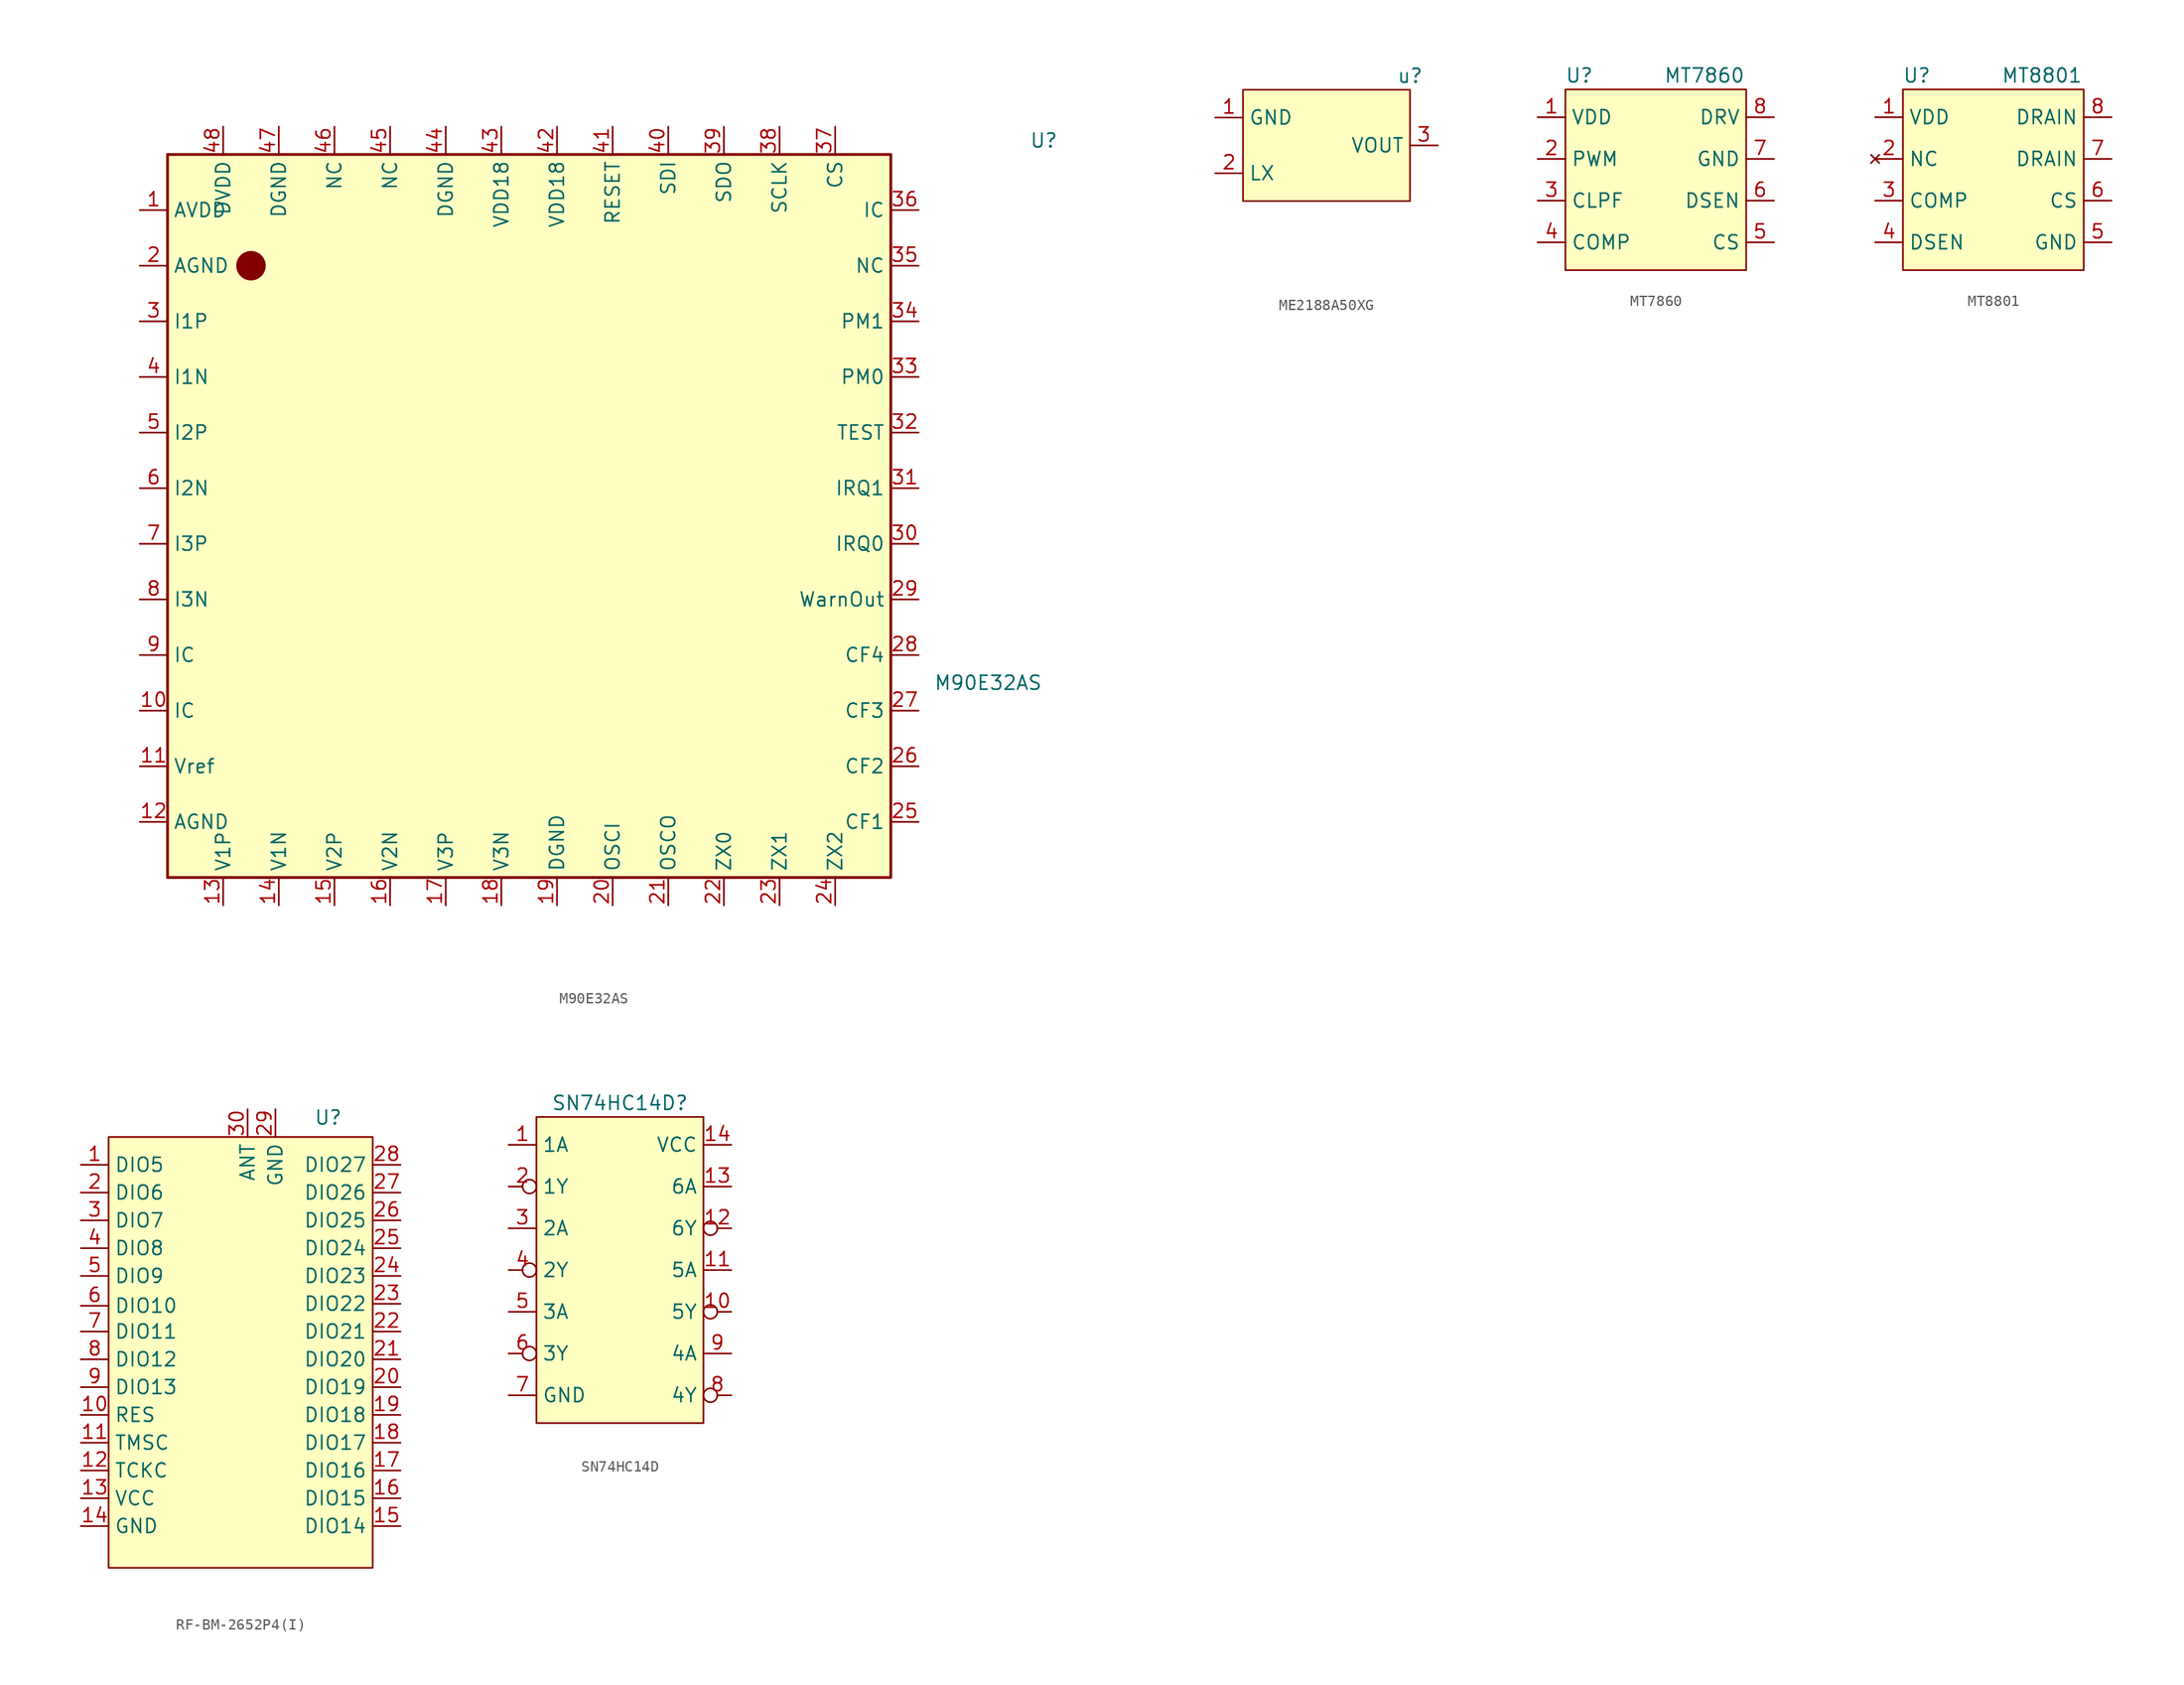
<source format=kicad_sym>
(kicad_symbol_lib
  (version 20231120)
  (generator "kicad_symbol_editor")
  (generator_version "8.0")
  (symbol "M90E32AS"
    (property "Reference" "U"
      (at 45.72 30.48 0)
      (effects (font (size 1.27 1.27))))
    (property "Value" "M90E32AS"
      (at 40.64 -19.05 0)
      (effects (font (size 1.27 1.27))))
    (symbol "M90E32AS_0_1"
      (rectangle (start -34.29 29.21) (end 31.75 -36.83) (stroke (width 0.254) (type default)) (fill (type background)))
      (circle (center -26.67 19.05) (radius 0.0001) (stroke (width 0) (type default)) (fill (type none))))
    (symbol "M90E32AS_1_1"
      (circle (center -26.67 19.05) (radius 1.27) (stroke (width 0) (type default)) (fill (type outline)))
      (pin power_in line (at -36.83 24.13 0) (length 2.54) (name "AVDD" (effects (font (size 1.27 1.27)))) (number "1" (effects (font (size 1.27 1.27)))))
      (pin input line (at -36.83 -21.59 0) (length 2.54) (name "IC" (effects (font (size 1.27 1.27)))) (number "10" (effects (font (size 1.27 1.27)))))
      (pin power_in line (at -36.83 -26.67 0) (length 2.54) (name "Vref" (effects (font (size 1.27 1.27)))) (number "11" (effects (font (size 1.27 1.27)))))
      (pin power_in line (at -36.83 -31.75 0) (length 2.54) (name "AGND" (effects (font (size 1.27 1.27)))) (number "12" (effects (font (size 1.27 1.27)))))
      (pin input line (at -29.21 -39.37 90) (length 2.54) (name "V1P" (effects (font (size 1.27 1.27)))) (number "13" (effects (font (size 1.27 1.27)))))
      (pin input line (at -24.13 -39.37 90) (length 2.54) (name "V1N" (effects (font (size 1.27 1.27)))) (number "14" (effects (font (size 1.27 1.27)))))
      (pin input line (at -19.05 -39.37 90) (length 2.54) (name "V2P" (effects (font (size 1.27 1.27)))) (number "15" (effects (font (size 1.27 1.27)))))
      (pin input line (at -13.97 -39.37 90) (length 2.54) (name "V2N" (effects (font (size 1.27 1.27)))) (number "16" (effects (font (size 1.27 1.27)))))
      (pin input line (at -8.89 -39.37 90) (length 2.54) (name "V3P" (effects (font (size 1.27 1.27)))) (number "17" (effects (font (size 1.27 1.27)))))
      (pin input line (at -3.81 -39.37 90) (length 2.54) (name "V3N" (effects (font (size 1.27 1.27)))) (number "18" (effects (font (size 1.27 1.27)))))
      (pin input line (at 1.27 -39.37 90) (length 2.54) (name "DGND" (effects (font (size 1.27 1.27)))) (number "19" (effects (font (size 1.27 1.27)))))
      (pin power_in line (at -36.83 19.05 0) (length 2.54) (name "AGND" (effects (font (size 1.27 1.27)))) (number "2" (effects (font (size 1.27 1.27)))))
      (pin input line (at 6.35 -39.37 90) (length 2.54) (name "OSCI" (effects (font (size 1.27 1.27)))) (number "20" (effects (font (size 1.27 1.27)))))
      (pin input line (at 11.43 -39.37 90) (length 2.54) (name "OSCO" (effects (font (size 1.27 1.27)))) (number "21" (effects (font (size 1.27 1.27)))))
      (pin input line (at 16.51 -39.37 90) (length 2.54) (name "ZX0" (effects (font (size 1.27 1.27)))) (number "22" (effects (font (size 1.27 1.27)))))
      (pin input line (at 21.59 -39.37 90) (length 2.54) (name "ZX1" (effects (font (size 1.27 1.27)))) (number "23" (effects (font (size 1.27 1.27)))))
      (pin input line (at 26.67 -39.37 90) (length 2.54) (name "ZX2" (effects (font (size 1.27 1.27)))) (number "24" (effects (font (size 1.27 1.27)))))
      (pin input line (at 34.29 -31.75 180) (length 2.54) (name "CF1" (effects (font (size 1.27 1.27)))) (number "25" (effects (font (size 1.27 1.27)))))
      (pin input line (at 34.29 -26.67 180) (length 2.54) (name "CF2" (effects (font (size 1.27 1.27)))) (number "26" (effects (font (size 1.27 1.27)))))
      (pin input line (at 34.29 -21.59 180) (length 2.54) (name "CF3" (effects (font (size 1.27 1.27)))) (number "27" (effects (font (size 1.27 1.27)))))
      (pin input line (at 34.29 -16.51 180) (length 2.54) (name "CF4" (effects (font (size 1.27 1.27)))) (number "28" (effects (font (size 1.27 1.27)))))
      (pin input line (at 34.29 -11.43 180) (length 2.54) (name "WarnOut" (effects (font (size 1.27 1.27)))) (number "29" (effects (font (size 1.27 1.27)))))
      (pin input line (at -36.83 13.97 0) (length 2.54) (name "I1P" (effects (font (size 1.27 1.27)))) (number "3" (effects (font (size 1.27 1.27)))))
      (pin input line (at 34.29 -6.35 180) (length 2.54) (name "IRQ0" (effects (font (size 1.27 1.27)))) (number "30" (effects (font (size 1.27 1.27)))))
      (pin input line (at 34.29 -1.27 180) (length 2.54) (name "IRQ1" (effects (font (size 1.27 1.27)))) (number "31" (effects (font (size 1.27 1.27)))))
      (pin input line (at 34.29 3.81 180) (length 2.54) (name "TEST" (effects (font (size 1.27 1.27)))) (number "32" (effects (font (size 1.27 1.27)))))
      (pin input line (at 34.29 8.89 180) (length 2.54) (name "PM0" (effects (font (size 1.27 1.27)))) (number "33" (effects (font (size 1.27 1.27)))))
      (pin input line (at 34.29 13.97 180) (length 2.54) (name "PM1" (effects (font (size 1.27 1.27)))) (number "34" (effects (font (size 1.27 1.27)))))
      (pin input line (at 34.29 19.05 180) (length 2.54) (name "NC" (effects (font (size 1.27 1.27)))) (number "35" (effects (font (size 1.27 1.27)))))
      (pin input line (at 34.29 24.13 180) (length 2.54) (name "IC" (effects (font (size 1.27 1.27)))) (number "36" (effects (font (size 1.27 1.27)))))
      (pin input line (at 26.67 31.75 270) (length 2.54) (name "CS" (effects (font (size 1.27 1.27)))) (number "37" (effects (font (size 1.27 1.27)))))
      (pin input line (at 21.59 31.75 270) (length 2.54) (name "SCLK" (effects (font (size 1.27 1.27)))) (number "38" (effects (font (size 1.27 1.27)))))
      (pin input line (at 16.51 31.75 270) (length 2.54) (name "SDO" (effects (font (size 1.27 1.27)))) (number "39" (effects (font (size 1.27 1.27)))))
      (pin input line (at -36.83 8.89 0) (length 2.54) (name "I1N" (effects (font (size 1.27 1.27)))) (number "4" (effects (font (size 1.27 1.27)))))
      (pin input line (at 11.43 31.75 270) (length 2.54) (name "SDI" (effects (font (size 1.27 1.27)))) (number "40" (effects (font (size 1.27 1.27)))))
      (pin input line (at 6.35 31.75 270) (length 2.54) (name "RESET" (effects (font (size 1.27 1.27)))) (number "41" (effects (font (size 1.27 1.27)))))
      (pin input line (at 1.27 31.75 270) (length 2.54) (name "VDD18" (effects (font (size 1.27 1.27)))) (number "42" (effects (font (size 1.27 1.27)))))
      (pin power_in line (at -3.81 31.75 270) (length 2.54) (name "VDD18" (effects (font (size 1.27 1.27)))) (number "43" (effects (font (size 1.27 1.27)))))
      (pin power_in line (at -8.89 31.75 270) (length 2.54) (name "DGND" (effects (font (size 1.27 1.27)))) (number "44" (effects (font (size 1.27 1.27)))))
      (pin input line (at -13.97 31.75 270) (length 2.54) (name "NC" (effects (font (size 1.27 1.27)))) (number "45" (effects (font (size 1.27 1.27)))))
      (pin input line (at -19.05 31.75 270) (length 2.54) (name "NC" (effects (font (size 1.27 1.27)))) (number "46" (effects (font (size 1.27 1.27)))))
      (pin power_in line (at -24.13 31.75 270) (length 2.54) (name "DGND" (effects (font (size 1.27 1.27)))) (number "47" (effects (font (size 1.27 1.27)))))
      (pin power_in line (at -29.21 31.75 270) (length 2.54) (name "DVDD" (effects (font (size 1.27 1.27)))) (number "48" (effects (font (size 1.27 1.27)))))
      (pin input line (at -36.83 3.81 0) (length 2.54) (name "I2P" (effects (font (size 1.27 1.27)))) (number "5" (effects (font (size 1.27 1.27)))))
      (pin input line (at -36.83 -1.27 0) (length 2.54) (name "I2N" (effects (font (size 1.27 1.27)))) (number "6" (effects (font (size 1.27 1.27)))))
      (pin input line (at -36.83 -6.35 0) (length 2.54) (name "I3P" (effects (font (size 1.27 1.27)))) (number "7" (effects (font (size 1.27 1.27)))))
      (pin input line (at -36.83 -11.43 0) (length 2.54) (name "I3N" (effects (font (size 1.27 1.27)))) (number "8" (effects (font (size 1.27 1.27)))))
      (pin input line (at -36.83 -16.51 0) (length 2.54) (name "IC" (effects (font (size 1.27 1.27)))) (number "9" (effects (font (size 1.27 1.27)))))))
  (symbol "ME2188A50XG"
    (property "Reference" "u"
      (at 15.24 17.78 0)
      (effects (font (size 1.27 1.27))))
    (property "Value" ""
      (at 0 0 0)
      (effects (font (size 1.27 1.27))))
    (symbol "ME2188A50XG_1_1"
      (rectangle (start 0 16.51) (end 15.24 6.35) (stroke (width 0) (type default)) (fill (type background)))
      (pin power_in line (at -2.54 13.97 0) (length 2.54) (name "GND" (effects (font (size 1.27 1.27)))) (number "1" (effects (font (size 1.27 1.27)))))
      (pin power_in line (at -2.54 8.89 0) (length 2.54) (name "LX" (effects (font (size 1.27 1.27)))) (number "2" (effects (font (size 1.27 1.27)))))
      (pin power_out line (at 17.78 11.43 180) (length 2.54) (name "VOUT" (effects (font (size 1.27 1.27)))) (number "3" (effects (font (size 1.27 1.27)))))))
  (symbol "MT7860"
    (property "Reference" "U"
      (at 2.54 6.35 0)
      (effects (font (size 1.27 1.27))))
    (property "Value" "MT7860"
      (at 13.97 6.35 0)
      (effects (font (size 1.27 1.27))))
    (symbol "MT7860_1_1"
      (rectangle (start 1.27 5.08) (end 17.78 -11.43) (stroke (width 0) (type default)) (fill (type background)))
      (pin power_in line (at -1.27 2.54 0) (length 2.54) (name "VDD" (effects (font (size 1.27 1.27)))) (number "1" (effects (font (size 1.27 1.27)))))
      (pin input line (at -1.27 -1.27 0) (length 2.54) (name "PWM" (effects (font (size 1.27 1.27)))) (number "2" (effects (font (size 1.27 1.27)))))
      (pin bidirectional line (at -1.27 -5.08 0) (length 2.54) (name "CLPF" (effects (font (size 1.27 1.27)))) (number "3" (effects (font (size 1.27 1.27)))))
      (pin output line (at -1.27 -8.89 0) (length 2.54) (name "COMP" (effects (font (size 1.27 1.27)))) (number "4" (effects (font (size 1.27 1.27)))))
      (pin input line (at 20.32 -8.89 180) (length 2.54) (name "CS" (effects (font (size 1.27 1.27)))) (number "5" (effects (font (size 1.27 1.27)))))
      (pin input line (at 20.32 -5.08 180) (length 2.54) (name "DSEN" (effects (font (size 1.27 1.27)))) (number "6" (effects (font (size 1.27 1.27)))))
      (pin power_in line (at 20.32 -1.27 180) (length 2.54) (name "GND" (effects (font (size 1.27 1.27)))) (number "7" (effects (font (size 1.27 1.27)))))
      (pin output line (at 20.32 2.54 180) (length 2.54) (name "DRV" (effects (font (size 1.27 1.27)))) (number "8" (effects (font (size 1.27 1.27)))))))
  (symbol "MT8801"
    (property "Reference" "U"
      (at 2.54 6.35 0)
      (effects (font (size 1.27 1.27))))
    (property "Value" "MT8801"
      (at 13.97 6.35 0)
      (effects (font (size 1.27 1.27))))
    (symbol "MT8801_1_1"
      (rectangle (start 1.27 5.08) (end 17.78 -11.43) (stroke (width 0) (type default)) (fill (type background)))
      (pin power_in line (at -1.27 2.54 0) (length 2.54) (name "VDD" (effects (font (size 1.27 1.27)))) (number "1" (effects (font (size 1.27 1.27)))))
      (pin no_connect line (at -1.27 -1.27 0) (length 2.54) (name "NC" (effects (font (size 1.27 1.27)))) (number "2" (effects (font (size 1.27 1.27)))))
      (pin bidirectional line (at -1.27 -5.08 0) (length 2.54) (name "COMP" (effects (font (size 1.27 1.27)))) (number "3" (effects (font (size 1.27 1.27)))))
      (pin output line (at -1.27 -8.89 0) (length 2.54) (name "DSEN" (effects (font (size 1.27 1.27)))) (number "4" (effects (font (size 1.27 1.27)))))
      (pin input line (at 20.32 -8.89 180) (length 2.54) (name "GND" (effects (font (size 1.27 1.27)))) (number "5" (effects (font (size 1.27 1.27)))))
      (pin input line (at 20.32 -5.08 180) (length 2.54) (name "CS" (effects (font (size 1.27 1.27)))) (number "6" (effects (font (size 1.27 1.27)))))
      (pin power_in line (at 20.32 -1.27 180) (length 2.54) (name "DRAIN" (effects (font (size 1.27 1.27)))) (number "7" (effects (font (size 1.27 1.27)))))
      (pin output line (at 20.32 2.54 180) (length 2.54) (name "DRAIN" (effects (font (size 1.27 1.27)))) (number "8" (effects (font (size 1.27 1.27)))))))
  (symbol "RF-BM-2652P4(I)"
    (property "Reference" "U"
      (at 7.366 22.098 0)
      (effects (font (size 1.27 1.27))))
    (property "Value" ""
      (at 7.366 22.098 0)
      (effects (font (size 1.27 1.27))))
    (symbol "RF-BM-2652P4(I)_1_1"
      (rectangle (start -12.7 20.32) (end 11.43 -19.05) (stroke (width 0) (type default)) (fill (type color) (color 255 255 194 1)))
      (pin input line (at -15.24 17.78 0) (length 2.54) (name "DIO5" (effects (font (size 1.27 1.27)))) (number "1" (effects (font (size 1.27 1.27)))))
      (pin input line (at -15.24 -5.08 0) (length 2.54) (name "RES" (effects (font (size 1.27 1.27)))) (number "10" (effects (font (size 1.27 1.27)))))
      (pin input line (at -15.24 -7.62 0) (length 2.54) (name "TMSC" (effects (font (size 1.27 1.27)))) (number "11" (effects (font (size 1.27 1.27)))))
      (pin input line (at -15.24 -10.16 0) (length 2.54) (name "TCKC" (effects (font (size 1.27 1.27)))) (number "12" (effects (font (size 1.27 1.27)))))
      (pin power_in line (at -15.24 -12.7 0) (length 2.54) (name "VCC" (effects (font (size 1.27 1.27)))) (number "13" (effects (font (size 1.27 1.27)))))
      (pin power_in line (at -15.24 -15.24 0) (length 2.54) (name "GND" (effects (font (size 1.27 1.27)))) (number "14" (effects (font (size 1.27 1.27)))))
      (pin input line (at 13.97 -15.24 180) (length 2.54) (name "DIO14" (effects (font (size 1.27 1.27)))) (number "15" (effects (font (size 1.27 1.27)))))
      (pin input line (at 13.97 -12.7 180) (length 2.54) (name "DIO15" (effects (font (size 1.27 1.27)))) (number "16" (effects (font (size 1.27 1.27)))))
      (pin input line (at 13.97 -10.16 180) (length 2.54) (name "DIO16" (effects (font (size 1.27 1.27)))) (number "17" (effects (font (size 1.27 1.27)))))
      (pin input line (at 13.97 -7.62 180) (length 2.54) (name "DIO17" (effects (font (size 1.27 1.27)))) (number "18" (effects (font (size 1.27 1.27)))))
      (pin input line (at 13.97 -5.08 180) (length 2.54) (name "DIO18" (effects (font (size 1.27 1.27)))) (number "19" (effects (font (size 1.27 1.27)))))
      (pin input line (at -15.24 15.24 0) (length 2.54) (name "DIO6" (effects (font (size 1.27 1.27)))) (number "2" (effects (font (size 1.27 1.27)))))
      (pin input line (at 13.97 -2.54 180) (length 2.54) (name "DIO19" (effects (font (size 1.27 1.27)))) (number "20" (effects (font (size 1.27 1.27)))))
      (pin input line (at 13.97 0 180) (length 2.54) (name "DIO20" (effects (font (size 1.27 1.27)))) (number "21" (effects (font (size 1.27 1.27)))))
      (pin input line (at 13.97 2.54 180) (length 2.54) (name "DIO21" (effects (font (size 1.27 1.27)))) (number "22" (effects (font (size 1.27 1.27)))))
      (pin input line (at 13.97 5.08 180) (length 2.54) (name "DIO22" (effects (font (size 1.27 1.27)))) (number "23" (effects (font (size 1.27 1.27)))))
      (pin input line (at 13.97 7.62 180) (length 2.54) (name "DIO23" (effects (font (size 1.27 1.27)))) (number "24" (effects (font (size 1.27 1.27)))))
      (pin input line (at 13.97 10.16 180) (length 2.54) (name "DIO24" (effects (font (size 1.27 1.27)))) (number "25" (effects (font (size 1.27 1.27)))))
      (pin input line (at 13.97 12.7 180) (length 2.54) (name "DIO25" (effects (font (size 1.27 1.27)))) (number "26" (effects (font (size 1.27 1.27)))))
      (pin input line (at 13.97 15.24 180) (length 2.54) (name "DIO26" (effects (font (size 1.27 1.27)))) (number "27" (effects (font (size 1.27 1.27)))))
      (pin input line (at 13.97 17.78 180) (length 2.54) (name "DIO27" (effects (font (size 1.27 1.27)))) (number "28" (effects (font (size 1.27 1.27)))))
      (pin input line (at 2.54 22.86 270) (length 2.54) (name "GND" (effects (font (size 1.27 1.27)))) (number "29" (effects (font (size 1.27 1.27)))))
      (pin input line (at -15.24 12.7 0) (length 2.54) (name "DIO7" (effects (font (size 1.27 1.27)))) (number "3" (effects (font (size 1.27 1.27)))))
      (pin input line (at 0 22.86 270) (length 2.54) (name "ANT" (effects (font (size 1.27 1.27)))) (number "30" (effects (font (size 1.27 1.27)))))
      (pin input line (at -15.24 10.16 0) (length 2.54) (name "DIO8" (effects (font (size 1.27 1.27)))) (number "4" (effects (font (size 1.27 1.27)))))
      (pin input line (at -15.24 7.62 0) (length 2.54) (name "DIO9" (effects (font (size 1.27 1.27)))) (number "5" (effects (font (size 1.27 1.27)))))
      (pin input line (at -15.241 4.895 0) (length 2.54) (name "DIO10" (effects (font (size 1.27 1.27)))) (number "6" (effects (font (size 1.27 1.27)))))
      (pin input line (at -15.24 2.54 0) (length 2.54) (name "DIO11" (effects (font (size 1.27 1.27)))) (number "7" (effects (font (size 1.27 1.27)))))
      (pin input line (at -15.24 0 0) (length 2.54) (name "DIO12" (effects (font (size 1.27 1.27)))) (number "8" (effects (font (size 1.27 1.27)))))
      (pin input line (at -15.24 -2.54 0) (length 2.54) (name "DIO13" (effects (font (size 1.27 1.27)))) (number "9" (effects (font (size 1.27 1.27)))))))
  (symbol "SN74HC14D"
    (property "Reference" "SN74HC14D"
      (at 0 13.97 0)
      (effects (font (size 1.27 1.27))))
    (property "Value" ""
      (at 1.27 7.62 0)
      (effects (font (size 1.27 1.27))))
    (symbol "SN74HC14D_1_1"
      (rectangle (start -7.62 12.7) (end 7.62 -15.24) (stroke (width 0) (type default)) (fill (type background)))
      (pin input line (at -10.16 10.16 0) (length 2.54) (name "1A" (effects (font (size 1.27 1.27)))) (number "1" (effects (font (size 1.27 1.27)))))
      (pin output inverted (at 10.16 -5.08 180) (length 2.54) (name "5Y" (effects (font (size 1.27 1.27)))) (number "10" (effects (font (size 1.27 1.27)))))
      (pin input line (at 10.16 -1.27 180) (length 2.54) (name "5A" (effects (font (size 1.27 1.27)))) (number "11" (effects (font (size 1.27 1.27)))))
      (pin output inverted (at 10.16 2.54 180) (length 2.54) (name "6Y" (effects (font (size 1.27 1.27)))) (number "12" (effects (font (size 1.27 1.27)))))
      (pin input line (at 10.16 6.35 180) (length 2.54) (name "6A" (effects (font (size 1.27 1.27)))) (number "13" (effects (font (size 1.27 1.27)))))
      (pin input line (at 10.16 10.16 180) (length 2.54) (name "VCC" (effects (font (size 1.27 1.27)))) (number "14" (effects (font (size 1.27 1.27)))))
      (pin output inverted (at -10.16 6.35 0) (length 2.54) (name "1Y" (effects (font (size 1.27 1.27)))) (number "2" (effects (font (size 1.27 1.27)))))
      (pin input line (at -10.16 2.54 0) (length 2.54) (name "2A" (effects (font (size 1.27 1.27)))) (number "3" (effects (font (size 1.27 1.27)))))
      (pin output inverted (at -10.16 -1.27 0) (length 2.54) (name "2Y" (effects (font (size 1.27 1.27)))) (number "4" (effects (font (size 1.27 1.27)))))
      (pin input line (at -10.16 -5.08 0) (length 2.54) (name "3A" (effects (font (size 1.27 1.27)))) (number "5" (effects (font (size 1.27 1.27)))))
      (pin output inverted (at -10.16 -8.89 0) (length 2.54) (name "3Y" (effects (font (size 1.27 1.27)))) (number "6" (effects (font (size 1.27 1.27)))))
      (pin input line (at -10.16 -12.7 0) (length 2.54) (name "GND" (effects (font (size 1.27 1.27)))) (number "7" (effects (font (size 1.27 1.27)))))
      (pin output inverted (at 10.16 -12.7 180) (length 2.54) (name "4Y" (effects (font (size 1.27 1.27)))) (number "8" (effects (font (size 1.27 1.27)))))
      (pin input line (at 10.16 -8.89 180) (length 2.54) (name "4A" (effects (font (size 1.27 1.27)))) (number "9" (effects (font (size 1.27 1.27))))))))
</source>
